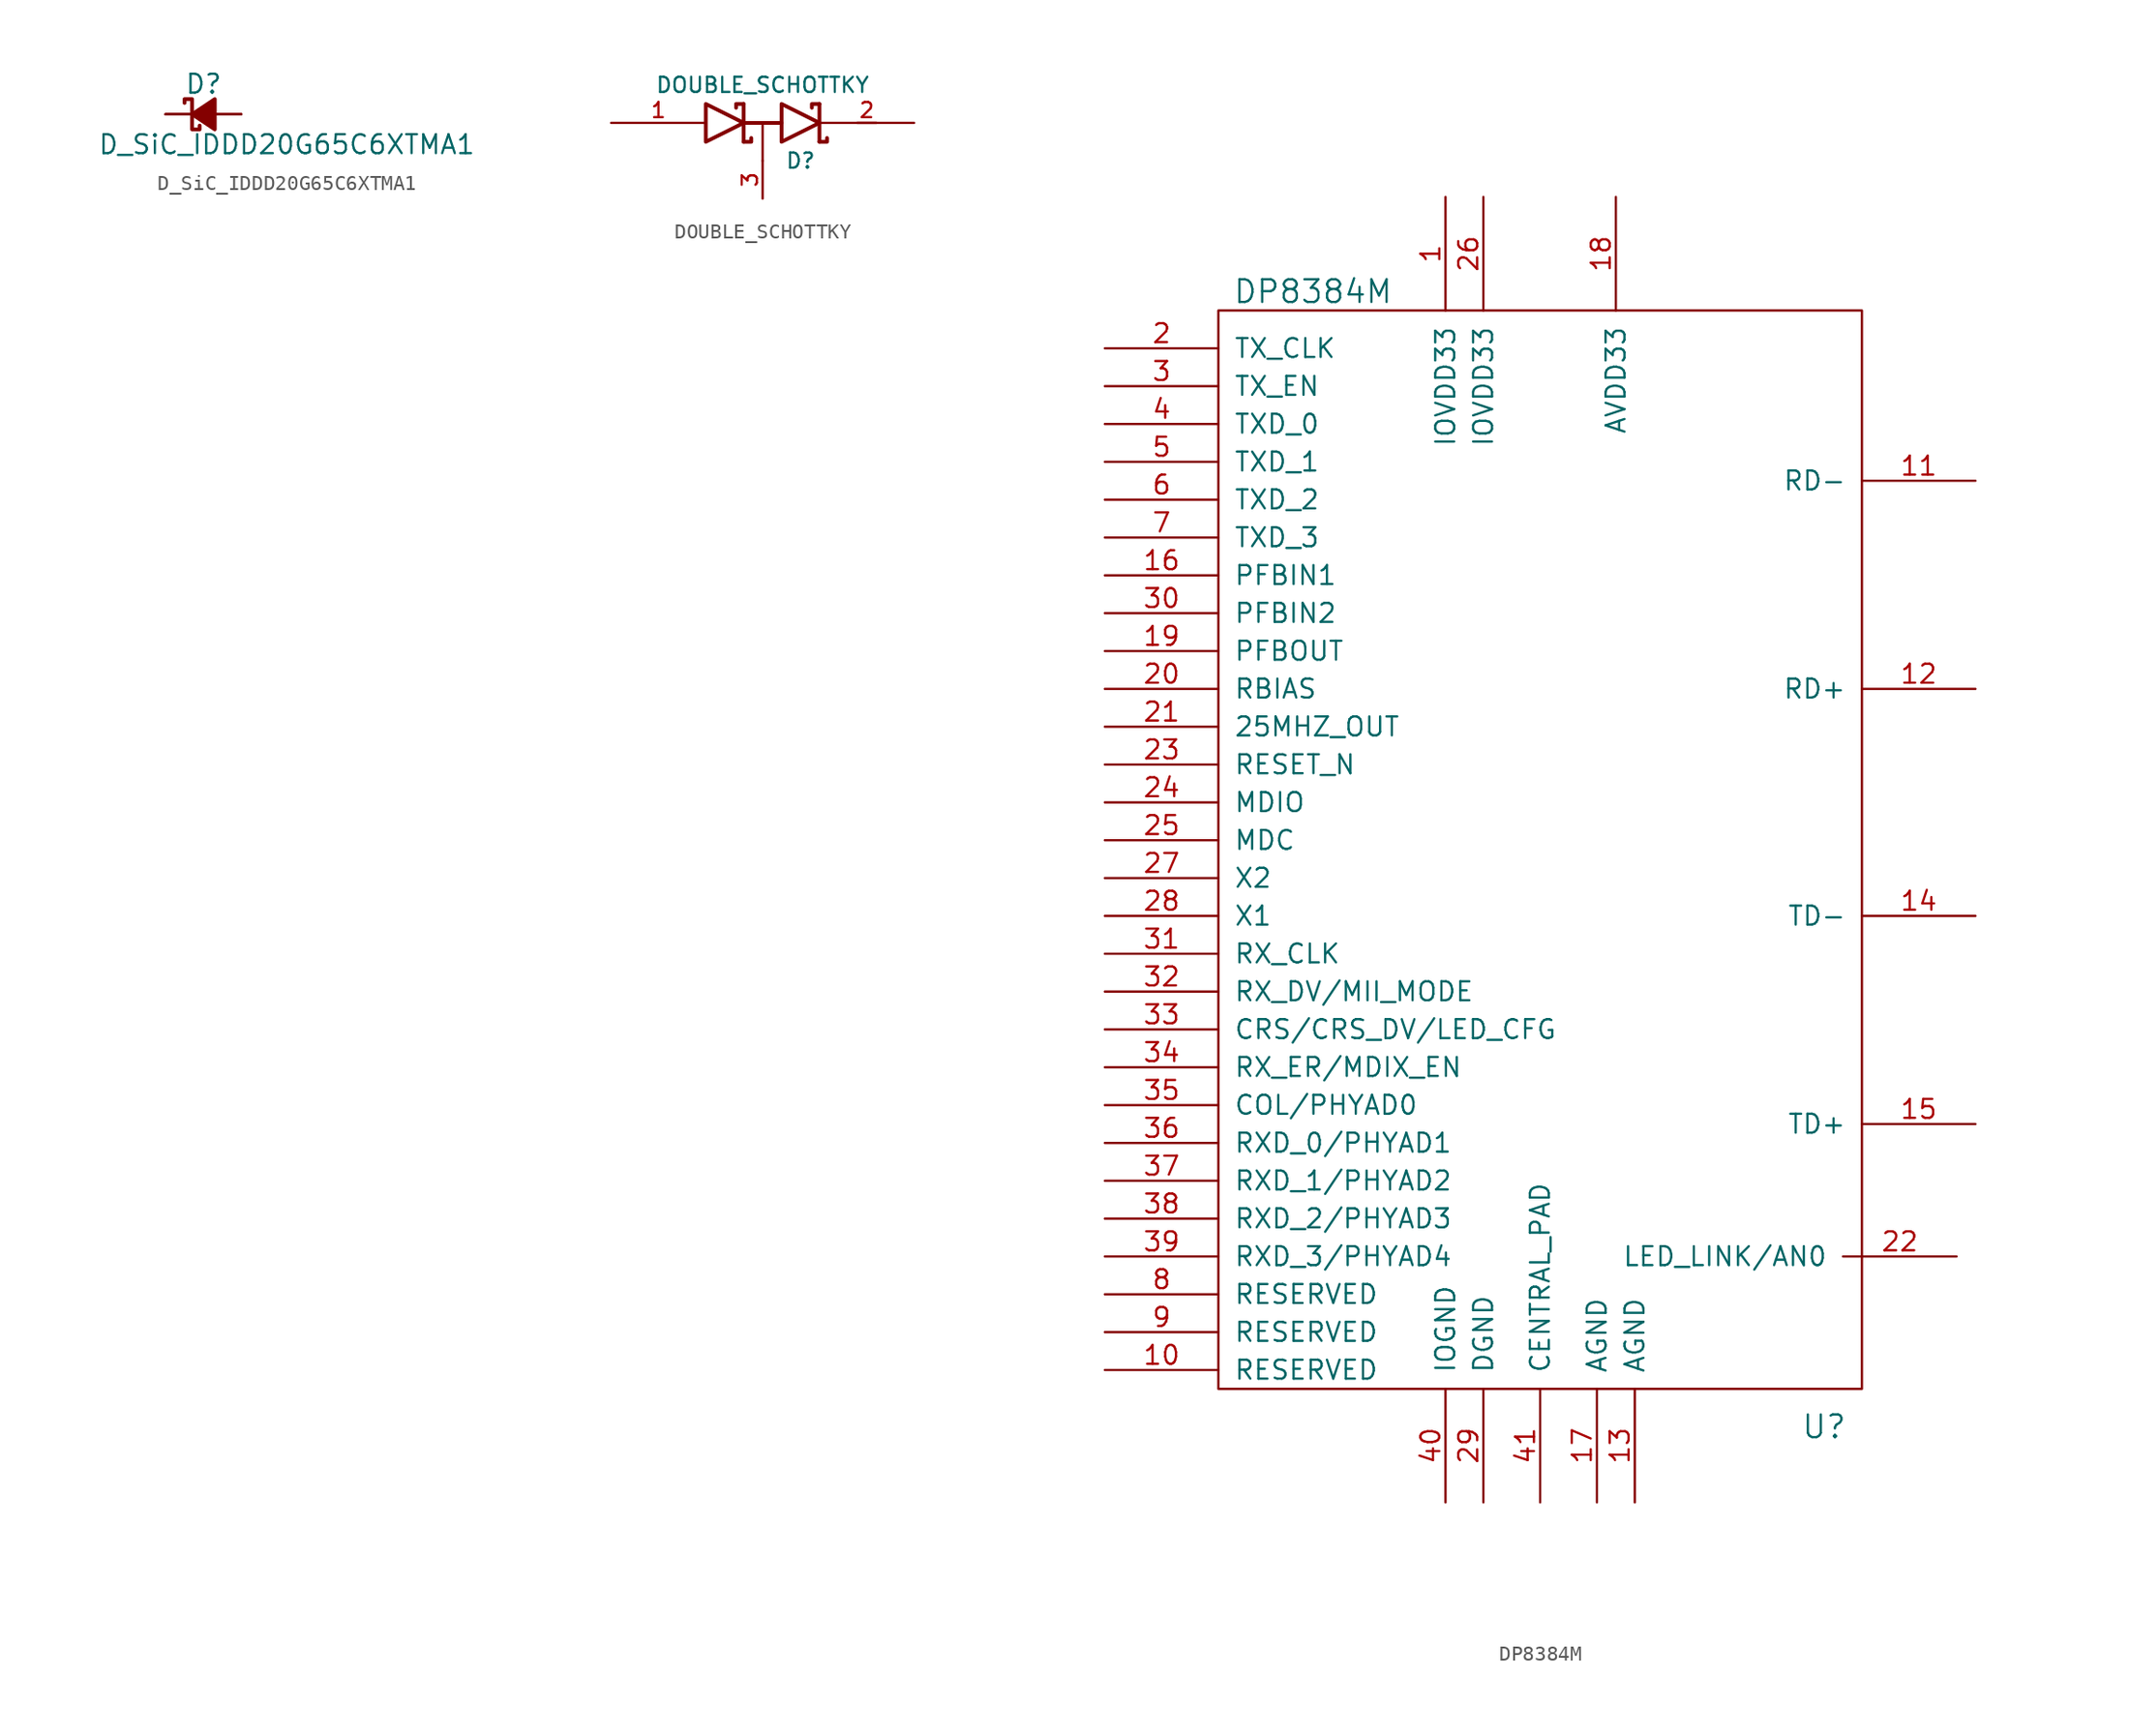
<source format=kicad_sym>
(kicad_symbol_lib
  (version 20211014)
  (generator kicad_symbol_editor)
  (symbol "D_SiC_IDDD20G65C6XTMA1"
    (pin_numbers hide)
    (pin_names
      (offset 0.254) hide)
    (property "Reference" "D"
      (at -1.27 2.032 0)
      (effects (font (size 1.27 1.27)) (justify left)))
    (property "Value" "D_SiC_IDDD20G65C6XTMA1"
      (at -7.112 -2.032 0)
      (effects (font (size 1.27 1.27)) (justify left)))
    (symbol "D_SiC_IDDD20G65C6XTMA1_0_1"
      (polyline (pts (xy -0.762 0) (xy 0.762 0)) (stroke (width 0) (type default) (color 0 0 0 0)) (fill (type none)))
      (polyline (pts (xy 0.762 -1.016) (xy -0.762 0) (xy 0.762 1.016) (xy 0.762 -1.016)) (stroke (width 0.254) (type default) (color 0 0 0 0)) (fill (type outline)))
      (polyline (pts (xy -1.27 0.762) (xy -1.27 1.016) (xy -0.762 1.016) (xy -0.762 -1.016) (xy -0.254 -1.016) (xy -0.254 -0.762)) (stroke (width 0.254) (type default) (color 0 0 0 0)) (fill (type none))))
    (symbol "D_SiC_IDDD20G65C6XTMA1_1_1"
      (pin passive line (at -2.54 0 0) (length 1.778) (name "K" (effects (font (size 1.27 1.27)))) (number "10" (effects (font (size 1.27 1.27)))))
      (pin passive line (at 2.54 0 180) (length 1.778) (name "A" (effects (font (size 1.27 1.27)))) (number "3" (effects (font (size 1.27 1.27)))))
      (pin passive line (at 2.54 0 180) (length 1.778) (name "A" (effects (font (size 1.27 1.27)))) (number "4" (effects (font (size 1.27 1.27)))))
      (pin passive line (at 2.54 0 180) (length 1.778) (name "A" (effects (font (size 1.27 1.27)))) (number "5" (effects (font (size 1.27 1.27)))))
      (pin passive line (at -2.54 0 0) (length 1.778) (name "K" (effects (font (size 1.27 1.27)))) (number "6" (effects (font (size 1.27 1.27)))))
      (pin passive line (at -2.54 0 0) (length 1.778) (name "K" (effects (font (size 1.27 1.27)))) (number "7" (effects (font (size 1.27 1.27)))))
      (pin passive line (at -2.54 0 0) (length 1.778) (name "K" (effects (font (size 1.27 1.27)))) (number "8" (effects (font (size 1.27 1.27)))))
      (pin passive line (at -2.54 0 0) (length 1.778) (name "K" (effects (font (size 1.27 1.27)))) (number "9" (effects (font (size 1.27 1.27)))))))
  (symbol "DOUBLE_SCHOTTKY"
    (pin_names
      (offset 0.762) hide)
    (property "Reference" "D"
      (at 2.54 -2.54 0)
      (effects (font (size 1.016 1.016))))
    (property "Value" "DOUBLE_SCHOTTKY"
      (at 0 2.54 0)
      (effects (font (size 1.016 1.016))))
    (property "Datasheet" ""
      (at 0 0 0)
      (effects (font (size 1.524 1.524))))
    (symbol "DOUBLE_SCHOTTKY_0_1"
      (polyline (pts (xy 0 0) (xy 0 -2.54)) (stroke (width 0) (type default) (color 0 0 0 0)) (fill (type none)))
      (polyline (pts (xy 6.35 0) (xy 7.62 0)) (stroke (width 0) (type default) (color 0 0 0 0)) (fill (type none)))
      (polyline (pts (xy -1.27 -1.27) (xy -1.27 1.27) (xy -1.27 1.27)) (stroke (width 0.254) (type default) (color 0 0 0 0)) (fill (type none)))
      (polyline (pts (xy -1.27 0) (xy 1.27 0) (xy 1.27 0)) (stroke (width 0.254) (type default) (color 0 0 0 0)) (fill (type none)))
      (polyline (pts (xy 3.81 1.27) (xy 3.81 -1.27) (xy 3.81 -1.27)) (stroke (width 0.254) (type default) (color 0 0 0 0)) (fill (type none)))
      (polyline (pts (xy -1.27 -1.27) (xy -0.762 -1.27) (xy -0.762 -1.016) (xy -0.762 -1.016)) (stroke (width 0.254) (type default) (color 0 0 0 0)) (fill (type none)))
      (polyline (pts (xy 3.81 -1.27) (xy 4.318 -1.27) (xy 4.318 -1.016) (xy 4.318 -1.016)) (stroke (width 0.254) (type default) (color 0 0 0 0)) (fill (type none)))
      (polyline (pts (xy 3.81 1.27) (xy 3.302 1.27) (xy 3.302 1.016) (xy 3.302 1.016)) (stroke (width 0.254) (type default) (color 0 0 0 0)) (fill (type none)))
      (polyline (pts (xy -1.778 1.016) (xy -1.778 1.27) (xy -1.27 1.27) (xy -1.27 1.27) (xy -1.27 1.27)) (stroke (width 0.254) (type default) (color 0 0 0 0)) (fill (type none)))
      (polyline (pts (xy -3.81 1.27) (xy -1.27 0) (xy -3.81 -1.27) (xy -3.81 1.27) (xy -3.81 1.27) (xy -3.81 1.27)) (stroke (width 0.254) (type default) (color 0 0 0 0)) (fill (type none)))
      (polyline (pts (xy 1.27 1.27) (xy 3.81 0) (xy 1.27 -1.27) (xy 1.27 1.27) (xy 1.27 1.27) (xy 1.27 1.27)) (stroke (width 0.254) (type default) (color 0 0 0 0)) (fill (type none)))
      (pin passive line (at -10.16 0 0) (length 6.35) (name "Anode" (effects (font (size 1.016 1.016)))) (number "1" (effects (font (size 1.016 1.016)))))
      (pin passive line (at 10.16 0 180) (length 6.35) (name "AK" (effects (font (size 1.016 1.016)))) (number "2" (effects (font (size 1.016 1.016)))))
      (pin passive line (at 0 -5.08 90) (length 2.54) (name "cathode" (effects (font (size 1.016 1.016)))) (number "3" (effects (font (size 1.016 1.016)))))))
  (symbol "DP8384M"
    (pin_names
      (offset 1.016))
    (property "Reference" "U"
      (at 19.05 -39.37 0)
      (effects (font (size 1.524 1.524))))
    (property "Value" "DP8384M"
      (at -15.24 36.83 0)
      (effects (font (size 1.524 1.524))))
    (property "Footprint" ""
      (at 0 0 0)
      (effects (font (size 1.524 1.524))))
    (property "Datasheet" ""
      (at 0 0 0)
      (effects (font (size 1.524 1.524))))
    (symbol "DP8384M_0_1"
      (rectangle (start -21.59 35.56) (end 21.59 -36.83) (stroke (width 0) (type default) (color 0 0 0 0)) (fill (type none))))
    (symbol "DP8384M_1_1"
      (pin input line (at -6.35 43.18 270) (length 7.62) (name "IOVDD33" (effects (font (size 1.27 1.27)))) (number "1" (effects (font (size 1.27 1.27)))))
      (pin input line (at -29.21 -35.56 0) (length 7.62) (name "RESERVED" (effects (font (size 1.27 1.27)))) (number "10" (effects (font (size 1.27 1.27)))))
      (pin input line (at 29.21 24.13 180) (length 7.62) (name "RD-" (effects (font (size 1.27 1.27)))) (number "11" (effects (font (size 1.27 1.27)))))
      (pin input line (at 29.21 10.16 180) (length 7.62) (name "RD+" (effects (font (size 1.27 1.27)))) (number "12" (effects (font (size 1.27 1.27)))))
      (pin input line (at 6.35 -44.45 90) (length 7.62) (name "AGND" (effects (font (size 1.27 1.27)))) (number "13" (effects (font (size 1.27 1.27)))))
      (pin input line (at 29.21 -5.08 180) (length 7.62) (name "TD-" (effects (font (size 1.27 1.27)))) (number "14" (effects (font (size 1.27 1.27)))))
      (pin input line (at 29.21 -19.05 180) (length 7.62) (name "TD+" (effects (font (size 1.27 1.27)))) (number "15" (effects (font (size 1.27 1.27)))))
      (pin input line (at -29.21 17.78 0) (length 7.62) (name "PFBIN1" (effects (font (size 1.27 1.27)))) (number "16" (effects (font (size 1.27 1.27)))))
      (pin input line (at 3.81 -44.45 90) (length 7.62) (name "AGND" (effects (font (size 1.27 1.27)))) (number "17" (effects (font (size 1.27 1.27)))))
      (pin input line (at 5.08 43.18 270) (length 7.62) (name "AVDD33" (effects (font (size 1.27 1.27)))) (number "18" (effects (font (size 1.27 1.27)))))
      (pin input line (at -29.21 12.7 0) (length 7.62) (name "PFBOUT" (effects (font (size 1.27 1.27)))) (number "19" (effects (font (size 1.27 1.27)))))
      (pin input line (at -29.21 33.02 0) (length 7.62) (name "TX_CLK" (effects (font (size 1.27 1.27)))) (number "2" (effects (font (size 1.27 1.27)))))
      (pin input line (at -29.21 10.16 0) (length 7.62) (name "RBIAS" (effects (font (size 1.27 1.27)))) (number "20" (effects (font (size 1.27 1.27)))))
      (pin input line (at -29.21 7.62 0) (length 7.62) (name "25MHZ_OUT" (effects (font (size 1.27 1.27)))) (number "21" (effects (font (size 1.27 1.27)))))
      (pin input line (at 27.94 -27.94 180) (length 7.62) (name "LED_LINK/AN0" (effects (font (size 1.27 1.27)))) (number "22" (effects (font (size 1.27 1.27)))))
      (pin input line (at -29.21 5.08 0) (length 7.62) (name "RESET_N" (effects (font (size 1.27 1.27)))) (number "23" (effects (font (size 1.27 1.27)))))
      (pin input line (at -29.21 2.54 0) (length 7.62) (name "MDIO" (effects (font (size 1.27 1.27)))) (number "24" (effects (font (size 1.27 1.27)))))
      (pin input line (at -29.21 0 0) (length 7.62) (name "MDC" (effects (font (size 1.27 1.27)))) (number "25" (effects (font (size 1.27 1.27)))))
      (pin input line (at -3.81 43.18 270) (length 7.62) (name "IOVDD33" (effects (font (size 1.27 1.27)))) (number "26" (effects (font (size 1.27 1.27)))))
      (pin input line (at -29.21 -2.54 0) (length 7.62) (name "X2" (effects (font (size 1.27 1.27)))) (number "27" (effects (font (size 1.27 1.27)))))
      (pin input line (at -29.21 -5.08 0) (length 7.62) (name "X1" (effects (font (size 1.27 1.27)))) (number "28" (effects (font (size 1.27 1.27)))))
      (pin input line (at -3.81 -44.45 90) (length 7.62) (name "DGND" (effects (font (size 1.27 1.27)))) (number "29" (effects (font (size 1.27 1.27)))))
      (pin input line (at -29.21 30.48 0) (length 7.62) (name "TX_EN" (effects (font (size 1.27 1.27)))) (number "3" (effects (font (size 1.27 1.27)))))
      (pin input line (at -29.21 15.24 0) (length 7.62) (name "PFBIN2" (effects (font (size 1.27 1.27)))) (number "30" (effects (font (size 1.27 1.27)))))
      (pin input line (at -29.21 -7.62 0) (length 7.62) (name "RX_CLK" (effects (font (size 1.27 1.27)))) (number "31" (effects (font (size 1.27 1.27)))))
      (pin input line (at -29.21 -10.16 0) (length 7.62) (name "RX_DV/MII_MODE" (effects (font (size 1.27 1.27)))) (number "32" (effects (font (size 1.27 1.27)))))
      (pin input line (at -29.21 -12.7 0) (length 7.62) (name "CRS/CRS_DV/LED_CFG" (effects (font (size 1.27 1.27)))) (number "33" (effects (font (size 1.27 1.27)))))
      (pin input line (at -29.21 -15.24 0) (length 7.62) (name "RX_ER/MDIX_EN" (effects (font (size 1.27 1.27)))) (number "34" (effects (font (size 1.27 1.27)))))
      (pin input line (at -29.21 -17.78 0) (length 7.62) (name "COL/PHYAD0" (effects (font (size 1.27 1.27)))) (number "35" (effects (font (size 1.27 1.27)))))
      (pin input line (at -29.21 -20.32 0) (length 7.62) (name "RXD_0/PHYAD1" (effects (font (size 1.27 1.27)))) (number "36" (effects (font (size 1.27 1.27)))))
      (pin input line (at -29.21 -22.86 0) (length 7.62) (name "RXD_1/PHYAD2" (effects (font (size 1.27 1.27)))) (number "37" (effects (font (size 1.27 1.27)))))
      (pin input line (at -29.21 -25.4 0) (length 7.62) (name "RXD_2/PHYAD3" (effects (font (size 1.27 1.27)))) (number "38" (effects (font (size 1.27 1.27)))))
      (pin input line (at -29.21 -27.94 0) (length 7.62) (name "RXD_3/PHYAD4" (effects (font (size 1.27 1.27)))) (number "39" (effects (font (size 1.27 1.27)))))
      (pin input line (at -29.21 27.94 0) (length 7.62) (name "TXD_0" (effects (font (size 1.27 1.27)))) (number "4" (effects (font (size 1.27 1.27)))))
      (pin input line (at -6.35 -44.45 90) (length 7.62) (name "IOGND" (effects (font (size 1.27 1.27)))) (number "40" (effects (font (size 1.27 1.27)))))
      (pin input line (at 0 -44.45 90) (length 7.62) (name "CENTRAL_PAD" (effects (font (size 1.27 1.27)))) (number "41" (effects (font (size 1.27 1.27)))))
      (pin input line (at -29.21 25.4 0) (length 7.62) (name "TXD_1" (effects (font (size 1.27 1.27)))) (number "5" (effects (font (size 1.27 1.27)))))
      (pin input line (at -29.21 22.86 0) (length 7.62) (name "TXD_2" (effects (font (size 1.27 1.27)))) (number "6" (effects (font (size 1.27 1.27)))))
      (pin input line (at -29.21 20.32 0) (length 7.62) (name "TXD_3" (effects (font (size 1.27 1.27)))) (number "7" (effects (font (size 1.27 1.27)))))
      (pin input line (at -29.21 -30.48 0) (length 7.62) (name "RESERVED" (effects (font (size 1.27 1.27)))) (number "8" (effects (font (size 1.27 1.27)))))
      (pin input line (at -29.21 -33.02 0) (length 7.62) (name "RESERVED" (effects (font (size 1.27 1.27)))) (number "9" (effects (font (size 1.27 1.27))))))))
</source>
